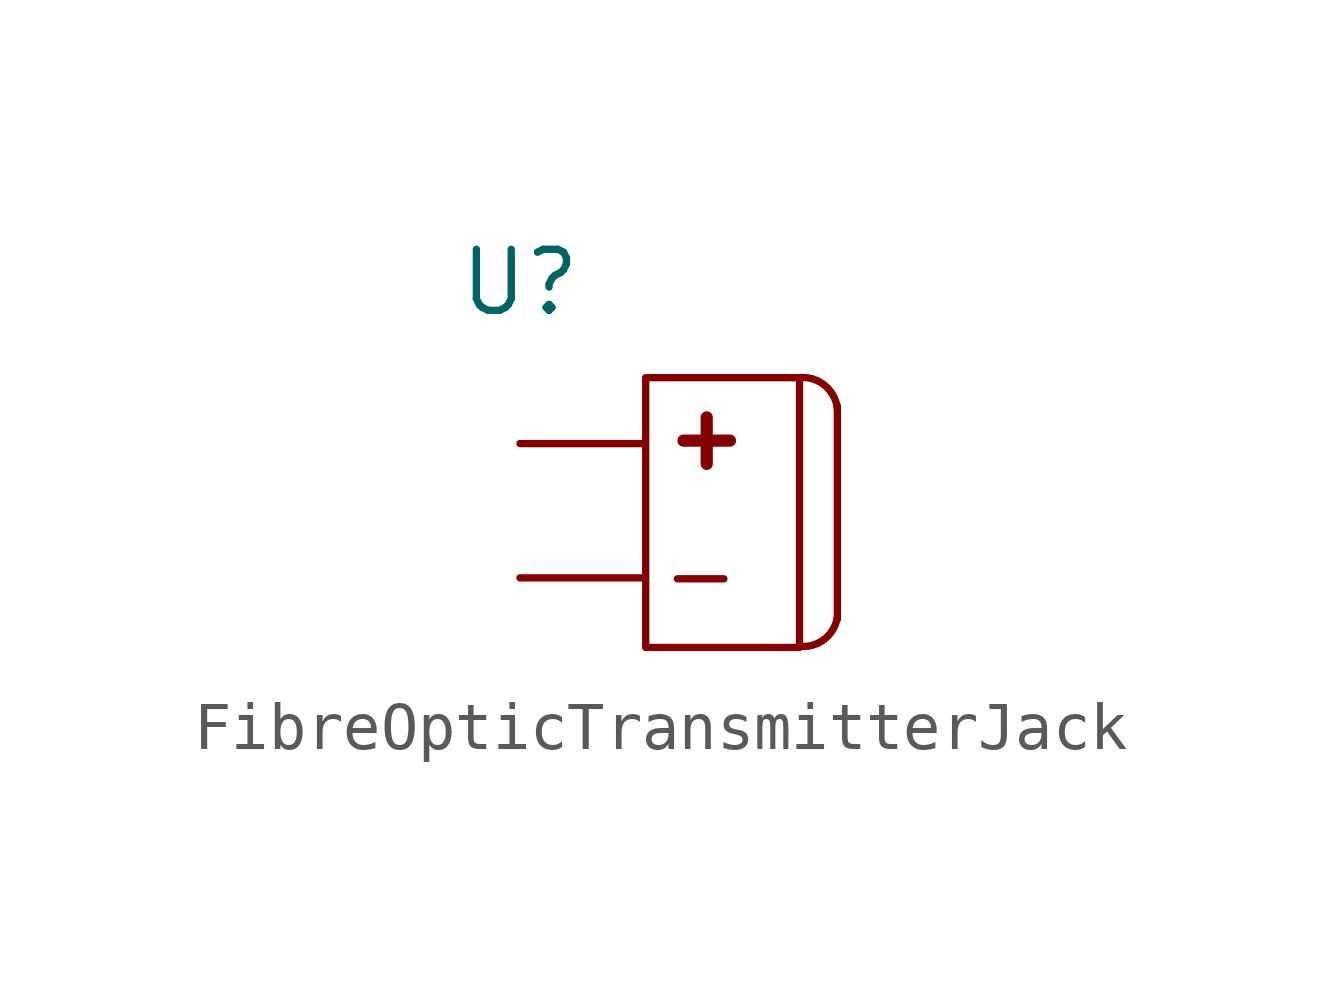
<source format=kicad_sym>
(kicad_symbol_lib
  (version 20220914)
  (generator kicad_symbol_editor)
  (symbol "FibreOpticTransmitterJack"
    (property "Reference" "U"
      (at 0 6.147 0)
      (effects (font (size 1.27 1.27))))
    (property "Value" ""
      (at 4.369 0.432 0)
      (effects (font (size 1.27 1.27))))
    (symbol "FibreOpticTransmitterJack_0_1"
      (rectangle (start 2.616 4.166) (end 5.817 -1.448) (stroke (width 0) (type default)) (fill (type none))))
    (symbol "FibreOpticTransmitterJack_1_1"
      (polyline (pts (xy 6.604 3.581) (xy 6.604 -0.864)) (stroke (width 0) (type default)) (fill (type none)))
      (arc (start 5.7912 -1.4224) (mid 6.3239 -1.2859) (end 6.604 -0.8128) (stroke (width 0) (type default)) (fill (type none)))
      (arc (start 6.604 3.5306) (mid 6.3291 4.0164) (end 5.7912 4.1656) (stroke (width 0) (type default)) (fill (type none)))
      (text "+" (at 3.886 2.946 0) (effects (font (size 1.27 1.27) bold)))
      (text "-" (at 3.759 0.076 0) (effects (font (size 1.27 1.27))))
      (pin passive line (at 0 0 0) (length 2.54) (name "" (effects (font (size 1.27 1.27)))) (number "" (effects (font (size 1.27 1.27)))))
      (pin passive line (at 0 2.794 0) (length 2.54) (name "" (effects (font (size 1.27 1.27)))) (number "" (effects (font (size 1.27 1.27))))))))
</source>
